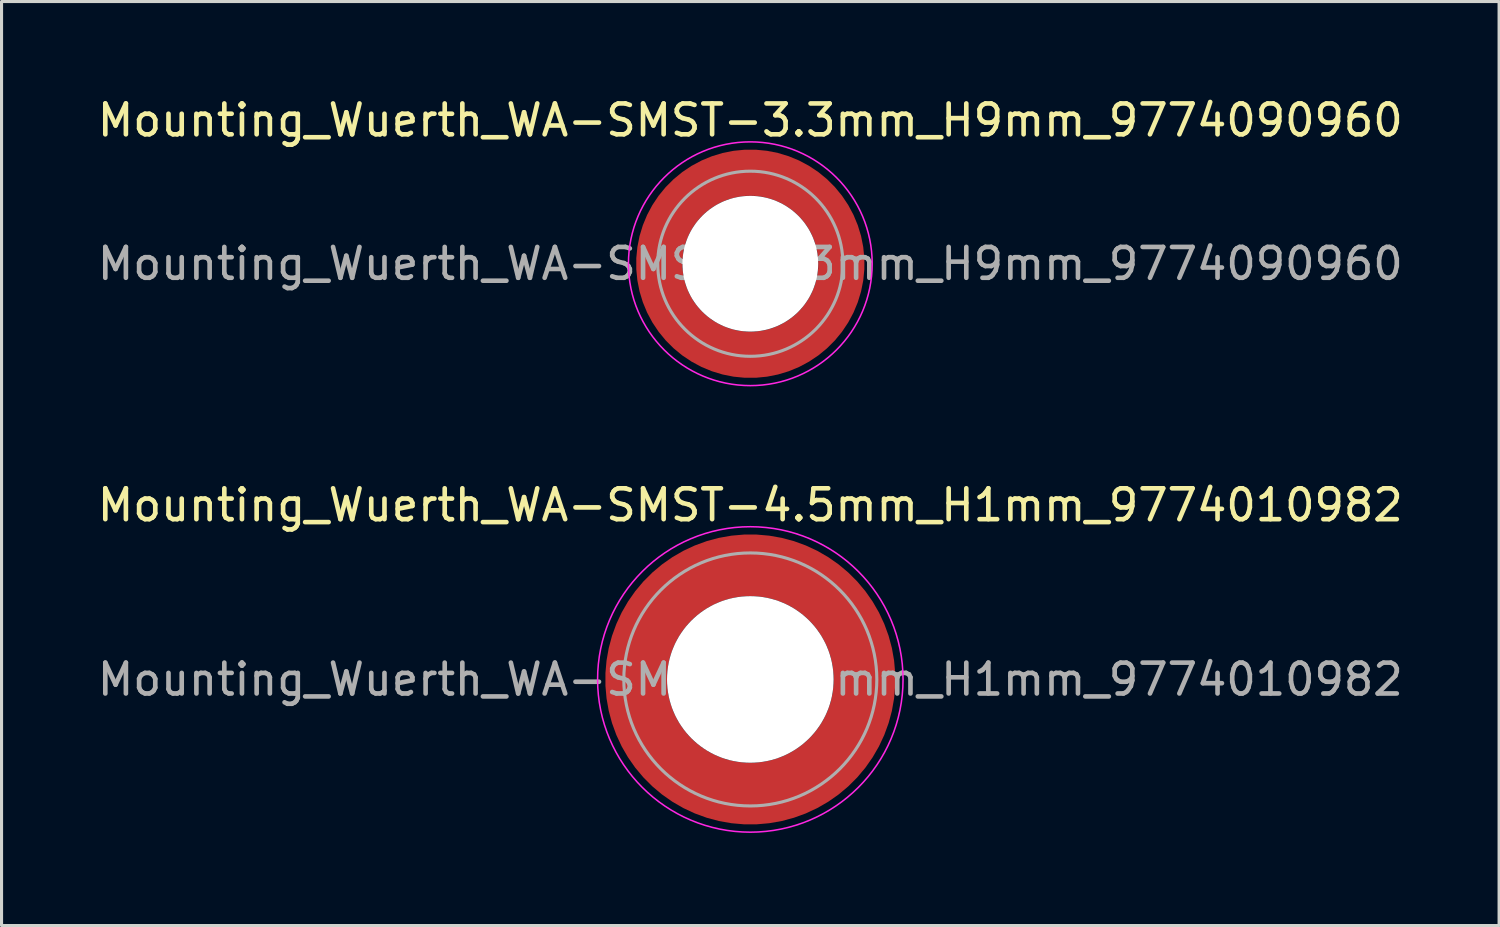
<source format=kicad_pcb>
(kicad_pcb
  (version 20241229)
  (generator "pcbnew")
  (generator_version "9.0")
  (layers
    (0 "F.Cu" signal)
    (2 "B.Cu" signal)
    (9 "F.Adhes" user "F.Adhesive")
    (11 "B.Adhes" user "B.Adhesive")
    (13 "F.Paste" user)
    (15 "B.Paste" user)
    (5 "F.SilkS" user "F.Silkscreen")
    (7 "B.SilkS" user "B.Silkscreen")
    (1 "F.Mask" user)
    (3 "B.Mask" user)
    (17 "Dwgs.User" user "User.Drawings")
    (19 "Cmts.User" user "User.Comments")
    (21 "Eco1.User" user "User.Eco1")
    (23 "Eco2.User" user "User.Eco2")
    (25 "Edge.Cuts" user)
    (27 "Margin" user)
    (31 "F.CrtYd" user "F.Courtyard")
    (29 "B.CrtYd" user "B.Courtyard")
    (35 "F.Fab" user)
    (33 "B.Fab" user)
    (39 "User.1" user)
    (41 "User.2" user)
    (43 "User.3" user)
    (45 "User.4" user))
  (footprint "Mounting_Wuerth_WA-SMST-4.5mm_H1mm_9774010982"
    (layer "F.Cu")
    (at 21.268 18.971)
    (property "Reference" "Mounting_Wuerth_WA-SMST-4.5mm_H1mm_9774010982" (at 0 -5.65 0) (layer "F.SilkS") (effects (font (size 1 1) (thickness 0.15))))
    (attr smd allow_soldermask_bridges)
    (fp_circle (center 0 0) (end 4.95 0) (stroke (width 0.05) (type solid)) (fill no) (layer "F.CrtYd"))
    (fp_circle (center 0 0) (end 4.1 0) (stroke (width 0.1) (type solid)) (fill no) (layer "F.Fab"))
    (fp_text user "${REFERENCE}" (at 0 0 0) (layer "F.Fab") (effects (font (size 1 1) (thickness 0.15))))
    (pad "" smd custom (at -2.607 -2.607) (size 0.948 0.948) (layers "F.Paste") (options (anchor circle)) (primitives (gr_arc (start -0.188183 2.107456) (mid 0.599273 0.599273) (end 2.107456 -0.188183) (width 0.2)) (gr_arc (start -0.289416 2.107456) (mid 0.52877 0.52877) (end 2.107456 -0.289416) (width 0.2)) (gr_arc (start -0.390547 2.107456) (mid 0.458268 0.458268) (end 2.107456 -0.390547) (width 0.2)) (gr_arc (start -0.491585 2.107456) (mid 0.387765 0.387765) (end 2.107456 -0.491585) (width 0.2)) (gr_arc (start -0.59254 2.107456) (mid 0.317262 0.317262) (end 2.107456 -0.59254) (width 0.2)) (gr_arc (start -0.693419 2.107456) (mid 0.246759 0.246759) (end 2.107456 -0.693419) (width 0.2)) (gr_arc (start -0.794229 2.107456) (mid 0.176257 0.176257) (end 2.107456 -0.794229) (width 0.2)) (gr_arc (start -0.894975 2.107456) (mid 0.105754 0.105754) (end 2.107456 -0.894975) (width 0.2)) (gr_arc (start -0.995664 2.107456) (mid 0.035251 0.035251) (end 2.107456 -0.995664) (width 0.2)) (gr_arc (start -1.0963 2.107456) (mid -0.035251 -0.035251) (end 2.107456 -1.0963) (width 0.2)) (gr_arc (start -1.196886 2.107456) (mid -0.105754 -0.105754) (end 2.107456 -1.196886) (width 0.2)) (gr_arc (start -1.297427 2.107456) (mid -0.176257 -0.176257) (end 2.107456 -1.297427) (width 0.2)) (gr_arc (start -1.397927 2.107456) (mid -0.246759 -0.246759) (end 2.107456 -1.397927) (width 0.2)) (gr_arc (start -1.498388 2.107456) (mid -0.317262 -0.317262) (end 2.107456 -1.498388) (width 0.2)) (gr_arc (start -1.598813 2.107456) (mid -0.387765 -0.387765) (end 2.107456 -1.598813) (width 0.2)) (gr_arc (start -1.699204 2.107456) (mid -0.458268 -0.458268) (end 2.107456 -1.699204) (width 0.2)) (gr_arc (start -1.799565 2.107456) (mid -0.52877 -0.52877) (end 2.107456 -1.799565) (width 0.2)) (gr_arc (start -1.899896 2.107456) (mid -0.599273 -0.599273) (end 2.107456 -1.899896) (width 0.2)) (gr_arc (start -1.899896 2.107456) (mid -0.599273 -0.599273) (end 2.107456 -1.899896) (width 0.2)) (gr_line (start 2.107 -0.188) (end 2.107 -1.9) (width 0.2)) (gr_line (start -0.188 2.107) (end -1.9 2.107) (width 0.2))))
    (pad "" smd custom (at -2.607 2.607) (size 0.948 0.948) (layers "F.Paste") (options (anchor circle)) (primitives (gr_arc (start 2.107456 0.188183) (mid 0.599273 -0.599273) (end -0.188183 -2.107456) (width 0.2)) (gr_arc (start 2.107456 0.289416) (mid 0.52877 -0.52877) (end -0.289416 -2.107456) (width 0.2)) (gr_arc (start 2.107456 0.390547) (mid 0.458268 -0.458268) (end -0.390547 -2.107456) (width 0.2)) (gr_arc (start 2.107456 0.491585) (mid 0.387765 -0.387765) (end -0.491585 -2.107456) (width 0.2)) (gr_arc (start 2.107456 0.59254) (mid 0.317262 -0.317262) (end -0.59254 -2.107456) (width 0.2)) (gr_arc (start 2.107456 0.693419) (mid 0.246759 -0.246759) (end -0.693419 -2.107456) (width 0.2)) (gr_arc (start 2.107456 0.794229) (mid 0.176257 -0.176257) (end -0.794229 -2.107456) (width 0.2)) (gr_arc (start 2.107456 0.894975) (mid 0.105754 -0.105754) (end -0.894975 -2.107456) (width 0.2)) (gr_arc (start 2.107456 0.995664) (mid 0.035251 -0.035251) (end -0.995664 -2.107456) (width 0.2)) (gr_arc (start 2.107456 1.0963) (mid -0.035251 0.035251) (end -1.0963 -2.107456) (width 0.2)) (gr_arc (start 2.107456 1.196886) (mid -0.105754 0.105754) (end -1.196886 -2.107456) (width 0.2)) (gr_arc (start 2.107456 1.297427) (mid -0.176257 0.176257) (end -1.297427 -2.107456) (width 0.2)) (gr_arc (start 2.107456 1.397927) (mid -0.246759 0.246759) (end -1.397927 -2.107456) (width 0.2)) (gr_arc (start 2.107456 1.498388) (mid -0.317262 0.317262) (end -1.498388 -2.107456) (width 0.2)) (gr_arc (start 2.107456 1.598813) (mid -0.387765 0.387765) (end -1.598813 -2.107456) (width 0.2)) (gr_arc (start 2.107456 1.699204) (mid -0.458268 0.458268) (end -1.699204 -2.107456) (width 0.2)) (gr_arc (start 2.107456 1.799565) (mid -0.52877 0.52877) (end -1.799565 -2.107456) (width 0.2)) (gr_arc (start 2.107456 1.899896) (mid -0.599273 0.599273) (end -1.899896 -2.107456) (width 0.2)) (gr_arc (start 2.107456 1.899896) (mid -0.599273 0.599273) (end -1.899896 -2.107456) (width 0.2)) (gr_line (start -0.188 -2.107) (end -1.9 -2.107) (width 0.2)) (gr_line (start 2.107 0.188) (end 2.107 1.9) (width 0.2))))
    (pad "" np_thru_hole circle (at 0 0) (size 5.4 5.4) (drill 5.4) (layers "*.Cu" "*.Mask"))
    (pad "" smd custom (at 2.607 -2.607) (size 0.948 0.948) (layers "F.Paste") (options (anchor circle)) (primitives (gr_arc (start -2.107456 -0.188183) (mid -0.599273 0.599273) (end 0.188183 2.107456) (width 0.2)) (gr_arc (start -2.107456 -0.289416) (mid -0.52877 0.52877) (end 0.289416 2.107456) (width 0.2)) (gr_arc (start -2.107456 -0.390547) (mid -0.458268 0.458268) (end 0.390547 2.107456) (width 0.2)) (gr_arc (start -2.107456 -0.491585) (mid -0.387765 0.387765) (end 0.491585 2.107456) (width 0.2)) (gr_arc (start -2.107456 -0.59254) (mid -0.317262 0.317262) (end 0.59254 2.107456) (width 0.2)) (gr_arc (start -2.107456 -0.693419) (mid -0.246759 0.246759) (end 0.693419 2.107456) (width 0.2)) (gr_arc (start -2.107456 -0.794229) (mid -0.176257 0.176257) (end 0.794229 2.107456) (width 0.2)) (gr_arc (start -2.107456 -0.894975) (mid -0.105754 0.105754) (end 0.894975 2.107456) (width 0.2)) (gr_arc (start -2.107456 -0.995664) (mid -0.035251 0.035251) (end 0.995664 2.107456) (width 0.2)) (gr_arc (start -2.107456 -1.0963) (mid 0.035251 -0.035251) (end 1.0963 2.107456) (width 0.2)) (gr_arc (start -2.107456 -1.196886) (mid 0.105754 -0.105754) (end 1.196886 2.107456) (width 0.2)) (gr_arc (start -2.107456 -1.297427) (mid 0.176257 -0.176257) (end 1.297427 2.107456) (width 0.2)) (gr_arc (start -2.107456 -1.397927) (mid 0.246759 -0.246759) (end 1.397927 2.107456) (width 0.2)) (gr_arc (start -2.107456 -1.498388) (mid 0.317262 -0.317262) (end 1.498388 2.107456) (width 0.2)) (gr_arc (start -2.107456 -1.598813) (mid 0.387765 -0.387765) (end 1.598813 2.107456) (width 0.2)) (gr_arc (start -2.107456 -1.699204) (mid 0.458268 -0.458268) (end 1.699204 2.107456) (width 0.2)) (gr_arc (start -2.107456 -1.799565) (mid 0.52877 -0.52877) (end 1.799565 2.107456) (width 0.2)) (gr_arc (start -2.107456 -1.899896) (mid 0.599273 -0.599273) (end 1.899896 2.107456) (width 0.2)) (gr_arc (start -2.107456 -1.899896) (mid 0.599273 -0.599273) (end 1.899896 2.107456) (width 0.2)) (gr_line (start 0.188 2.107) (end 1.9 2.107) (width 0.2)) (gr_line (start -2.107 -0.188) (end -2.107 -1.9) (width 0.2))))
    (pad "" smd custom (at 2.607 2.607) (size 0.948 0.948) (layers "F.Paste") (options (anchor circle)) (primitives (gr_arc (start 0.188183 -2.107456) (mid -0.599273 -0.599273) (end -2.107456 0.188183) (width 0.2)) (gr_arc (start 0.289416 -2.107456) (mid -0.52877 -0.52877) (end -2.107456 0.289416) (width 0.2)) (gr_arc (start 0.390547 -2.107456) (mid -0.458268 -0.458268) (end -2.107456 0.390547) (width 0.2)) (gr_arc (start 0.491585 -2.107456) (mid -0.387765 -0.387765) (end -2.107456 0.491585) (width 0.2)) (gr_arc (start 0.59254 -2.107456) (mid -0.317262 -0.317262) (end -2.107456 0.59254) (width 0.2)) (gr_arc (start 0.693419 -2.107456) (mid -0.246759 -0.246759) (end -2.107456 0.693419) (width 0.2)) (gr_arc (start 0.794229 -2.107456) (mid -0.176257 -0.176257) (end -2.107456 0.794229) (width 0.2)) (gr_arc (start 0.894975 -2.107456) (mid -0.105754 -0.105754) (end -2.107456 0.894975) (width 0.2)) (gr_arc (start 0.995664 -2.107456) (mid -0.035251 -0.035251) (end -2.107456 0.995664) (width 0.2)) (gr_arc (start 1.0963 -2.107456) (mid 0.035251 0.035251) (end -2.107456 1.0963) (width 0.2)) (gr_arc (start 1.196886 -2.107456) (mid 0.105754 0.105754) (end -2.107456 1.196886) (width 0.2)) (gr_arc (start 1.297427 -2.107456) (mid 0.176257 0.176257) (end -2.107456 1.297427) (width 0.2)) (gr_arc (start 1.397927 -2.107456) (mid 0.246759 0.246759) (end -2.107456 1.397927) (width 0.2)) (gr_arc (start 1.498388 -2.107456) (mid 0.317262 0.317262) (end -2.107456 1.498388) (width 0.2)) (gr_arc (start 1.598813 -2.107456) (mid 0.387765 0.387765) (end -2.107456 1.598813) (width 0.2)) (gr_arc (start 1.699204 -2.107456) (mid 0.458268 0.458268) (end -2.107456 1.699204) (width 0.2)) (gr_arc (start 1.799565 -2.107456) (mid 0.52877 0.52877) (end -2.107456 1.799565) (width 0.2)) (gr_arc (start 1.899896 -2.107456) (mid 0.599273 0.599273) (end -2.107456 1.899896) (width 0.2)) (gr_arc (start 1.899896 -2.107456) (mid 0.599273 0.599273) (end -2.107456 1.899896) (width 0.2)) (gr_line (start -2.107 0.188) (end -2.107 1.9) (width 0.2)) (gr_line (start 0.188 -2.107) (end 1.9 -2.107) (width 0.2))))
    (pad "1" smd circle (at -3.7 0) (size 1.492 1.492) (layers "F.Cu"))
    (pad "1" smd circle (at 0 -3.7) (size 1.492 1.492) (layers "F.Cu"))
    (pad "1" smd circle (at 0 3.7) (size 1.492 1.492) (layers "F.Cu"))
    (pad "1" smd custom (at 3.7 0) (size 2 2) (layers "F.Cu" "F.Mask") (options (anchor circle)) (primitives (gr_circle (center -3.7 0) (end 0 0) (width 2) (fill no)))))
  (footprint "Mounting_Wuerth_WA-SMST-3.3mm_H9mm_9774090960"
    (layer "F.Cu")
    (at 21.268 5.498)
    (property "Reference" "Mounting_Wuerth_WA-SMST-3.3mm_H9mm_9774090960" (at 0 -4.65 0) (layer "F.SilkS") (effects (font (size 1 1) (thickness 0.15))))
    (attr smd allow_soldermask_bridges)
    (fp_circle (center 0 0) (end 3.95 0) (stroke (width 0.05) (type solid)) (fill no) (layer "F.CrtYd"))
    (fp_circle (center 0 0) (end 3 0) (stroke (width 0.1) (type solid)) (fill no) (layer "F.Fab"))
    (fp_text user "${REFERENCE}" (at 0 0 0) (layer "F.Fab") (effects (font (size 1 1) (thickness 0.15))))
    (pad "" smd custom (at -2.058 -2.058) (size 0.55 0.55) (layers "F.Paste") (options (anchor circle)) (primitives (gr_arc (start -0.377294 1.707681) (mid 0.318198 0.318198) (end 1.707681 -0.377294) (width 0.2)) (gr_arc (start -0.478281 1.707681) (mid 0.247487 0.247487) (end 1.707681 -0.478281) (width 0.2)) (gr_arc (start -0.579192 1.707681) (mid 0.176777 0.176777) (end 1.707681 -0.579192) (width 0.2)) (gr_arc (start -0.680037 1.707681) (mid 0.106066 0.106066) (end 1.707681 -0.680037) (width 0.2)) (gr_arc (start -0.780822 1.707681) (mid 0.035355 0.035355) (end 1.707681 -0.780822) (width 0.2)) (gr_arc (start -0.881554 1.707681) (mid -0.035355 -0.035355) (end 1.707681 -0.881554) (width 0.2)) (gr_arc (start -0.982237 1.707681) (mid -0.106066 -0.106066) (end 1.707681 -0.982237) (width 0.2)) (gr_arc (start -1.082877 1.707681) (mid -0.176777 -0.176777) (end 1.707681 -1.082877) (width 0.2)) (gr_arc (start -1.183476 1.707681) (mid -0.247487 -0.247487) (end 1.707681 -1.183476) (width 0.2)) (gr_arc (start -1.28404 1.707681) (mid -0.318198 -0.318198) (end 1.707681 -1.28404) (width 0.2)) (gr_line (start 1.708 -0.377) (end 1.708 -1.284) (width 0.2)) (gr_line (start -0.377 1.708) (end -1.284 1.708) (width 0.2))))
    (pad "" smd custom (at -2.058 2.058) (size 0.55 0.55) (layers "F.Paste") (options (anchor circle)) (primitives (gr_arc (start 1.707681 0.377294) (mid 0.318198 -0.318198) (end -0.377294 -1.707681) (width 0.2)) (gr_arc (start 1.707681 0.478281) (mid 0.247487 -0.247487) (end -0.478281 -1.707681) (width 0.2)) (gr_arc (start 1.707681 0.579192) (mid 0.176777 -0.176777) (end -0.579192 -1.707681) (width 0.2)) (gr_arc (start 1.707681 0.680037) (mid 0.106066 -0.106066) (end -0.680037 -1.707681) (width 0.2)) (gr_arc (start 1.707681 0.780822) (mid 0.035355 -0.035355) (end -0.780822 -1.707681) (width 0.2)) (gr_arc (start 1.707681 0.881554) (mid -0.035355 0.035355) (end -0.881554 -1.707681) (width 0.2)) (gr_arc (start 1.707681 0.982237) (mid -0.106066 0.106066) (end -0.982237 -1.707681) (width 0.2)) (gr_arc (start 1.707681 1.082877) (mid -0.176777 0.176777) (end -1.082877 -1.707681) (width 0.2)) (gr_arc (start 1.707681 1.183476) (mid -0.247487 0.247487) (end -1.183476 -1.707681) (width 0.2)) (gr_arc (start 1.707681 1.28404) (mid -0.318198 0.318198) (end -1.28404 -1.707681) (width 0.2)) (gr_line (start -0.377 -1.708) (end -1.284 -1.708) (width 0.2)) (gr_line (start 1.708 0.377) (end 1.708 1.284) (width 0.2))))
    (pad "" np_thru_hole circle (at 0 0) (size 4.4 4.4) (drill 4.4) (layers "*.Cu" "*.Mask"))
    (pad "" smd custom (at 2.058 -2.058) (size 0.55 0.55) (layers "F.Paste") (options (anchor circle)) (primitives (gr_arc (start -1.707681 -0.377294) (mid -0.318198 0.318198) (end 0.377294 1.707681) (width 0.2)) (gr_arc (start -1.707681 -0.478281) (mid -0.247487 0.247487) (end 0.478281 1.707681) (width 0.2)) (gr_arc (start -1.707681 -0.579192) (mid -0.176777 0.176777) (end 0.579192 1.707681) (width 0.2)) (gr_arc (start -1.707681 -0.680037) (mid -0.106066 0.106066) (end 0.680037 1.707681) (width 0.2)) (gr_arc (start -1.707681 -0.780822) (mid -0.035355 0.035355) (end 0.780822 1.707681) (width 0.2)) (gr_arc (start -1.707681 -0.881554) (mid 0.035355 -0.035355) (end 0.881554 1.707681) (width 0.2)) (gr_arc (start -1.707681 -0.982237) (mid 0.106066 -0.106066) (end 0.982237 1.707681) (width 0.2)) (gr_arc (start -1.707681 -1.082877) (mid 0.176777 -0.176777) (end 1.082877 1.707681) (width 0.2)) (gr_arc (start -1.707681 -1.183476) (mid 0.247487 -0.247487) (end 1.183476 1.707681) (width 0.2)) (gr_arc (start -1.707681 -1.28404) (mid 0.318198 -0.318198) (end 1.28404 1.707681) (width 0.2)) (gr_line (start 0.377 1.708) (end 1.284 1.708) (width 0.2)) (gr_line (start -1.708 -0.377) (end -1.708 -1.284) (width 0.2))))
    (pad "" smd custom (at 2.058 2.058) (size 0.55 0.55) (layers "F.Paste") (options (anchor circle)) (primitives (gr_arc (start 0.377294 -1.707681) (mid -0.318198 -0.318198) (end -1.707681 0.377294) (width 0.2)) (gr_arc (start 0.478281 -1.707681) (mid -0.247487 -0.247487) (end -1.707681 0.478281) (width 0.2)) (gr_arc (start 0.579192 -1.707681) (mid -0.176777 -0.176777) (end -1.707681 0.579192) (width 0.2)) (gr_arc (start 0.680037 -1.707681) (mid -0.106066 -0.106066) (end -1.707681 0.680037) (width 0.2)) (gr_arc (start 0.780822 -1.707681) (mid -0.035355 -0.035355) (end -1.707681 0.780822) (width 0.2)) (gr_arc (start 0.881554 -1.707681) (mid 0.035355 0.035355) (end -1.707681 0.881554) (width 0.2)) (gr_arc (start 0.982237 -1.707681) (mid 0.106066 0.106066) (end -1.707681 0.982237) (width 0.2)) (gr_arc (start 1.082877 -1.707681) (mid 0.176777 0.176777) (end -1.707681 1.082877) (width 0.2)) (gr_arc (start 1.183476 -1.707681) (mid 0.247487 0.247487) (end -1.707681 1.183476) (width 0.2)) (gr_arc (start 1.28404 -1.707681) (mid 0.318198 0.318198) (end -1.707681 1.28404) (width 0.2)) (gr_line (start -1.708 0.377) (end -1.708 1.284) (width 0.2)) (gr_line (start 0.377 -1.708) (end 1.284 -1.708) (width 0.2))))
    (pad "1" smd circle (at -2.95 0) (size 0.992 0.992) (layers "F.Cu"))
    (pad "1" smd circle (at 0 -2.95) (size 0.992 0.992) (layers "F.Cu"))
    (pad "1" smd circle (at 0 2.95) (size 0.992 0.992) (layers "F.Cu"))
    (pad "1" smd custom (at 2.95 0) (size 1.5 1.5) (layers "F.Cu" "F.Mask") (options (anchor circle)) (primitives (gr_circle (center -2.95 0) (end 0 0) (width 1.5) (fill no)))))
  (gr_rect
    (start -3 -3)
    (end 45.536 26.947)
    (stroke (width 0.1) (type default))
    (fill no)
    (layer "Edge.Cuts")))
</source>
